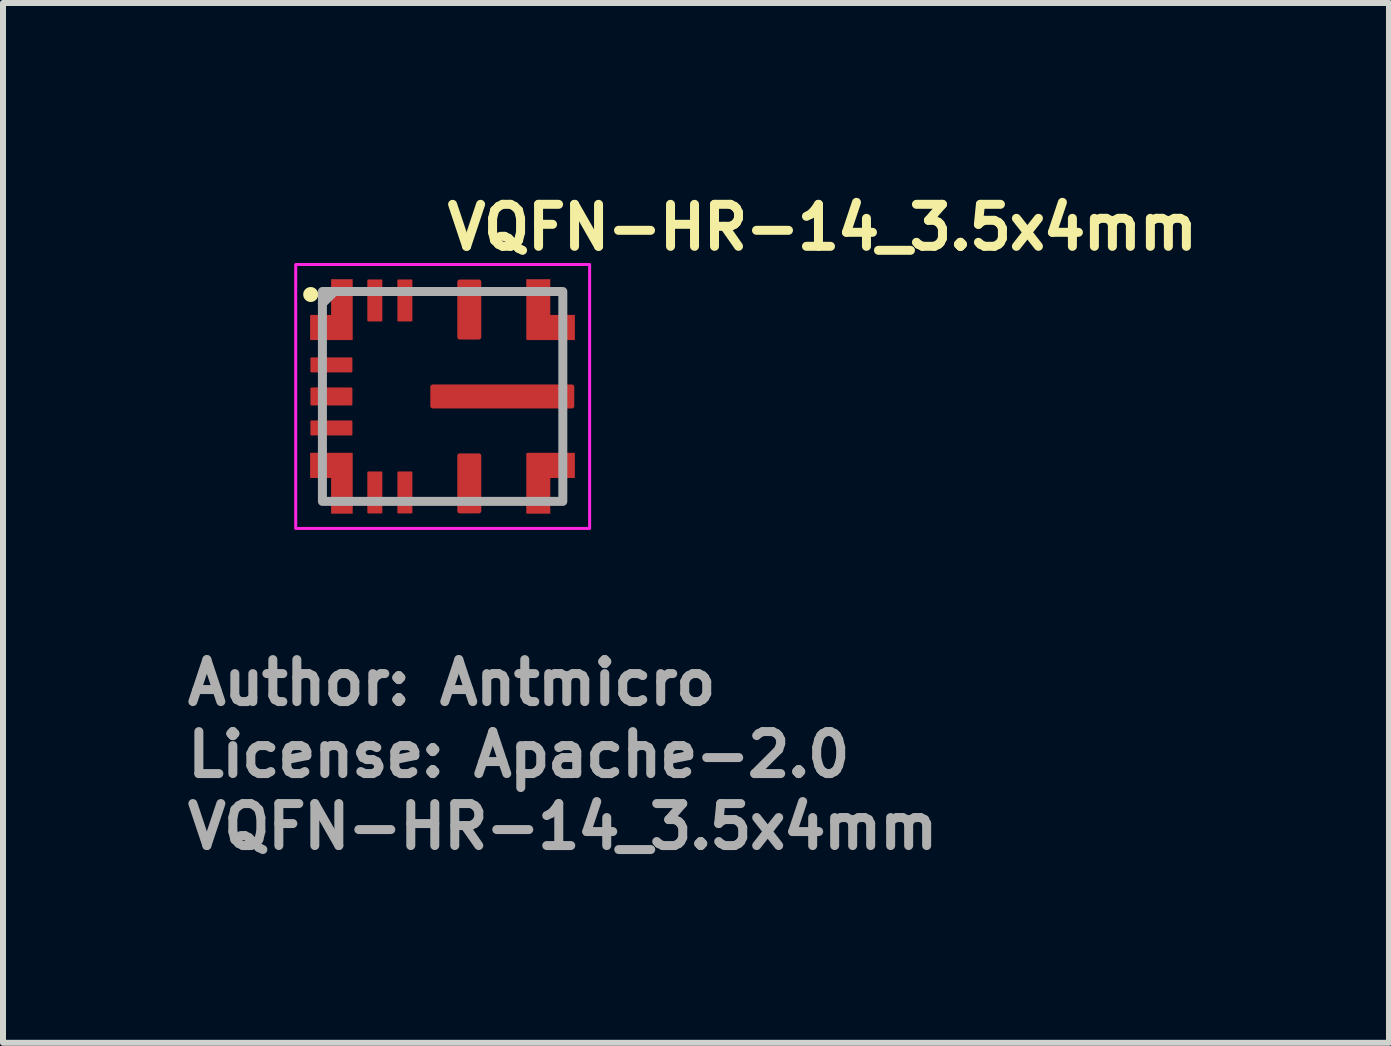
<source format=kicad_pcb>
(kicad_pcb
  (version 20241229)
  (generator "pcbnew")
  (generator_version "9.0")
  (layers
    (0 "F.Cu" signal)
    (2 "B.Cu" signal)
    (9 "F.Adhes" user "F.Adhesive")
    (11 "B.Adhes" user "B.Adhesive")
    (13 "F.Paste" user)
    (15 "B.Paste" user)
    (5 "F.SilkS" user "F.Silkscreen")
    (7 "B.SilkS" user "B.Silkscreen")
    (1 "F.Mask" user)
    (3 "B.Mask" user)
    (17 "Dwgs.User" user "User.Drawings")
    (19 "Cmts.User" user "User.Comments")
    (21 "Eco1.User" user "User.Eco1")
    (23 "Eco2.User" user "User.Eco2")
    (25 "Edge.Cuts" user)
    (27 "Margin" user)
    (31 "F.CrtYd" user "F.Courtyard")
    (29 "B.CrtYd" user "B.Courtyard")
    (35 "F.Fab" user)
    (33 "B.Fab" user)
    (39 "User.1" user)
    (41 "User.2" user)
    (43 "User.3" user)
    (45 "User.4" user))
  (footprint "VQFN-HR-14_3.5x4mm"
    (layer "F.Cu")
    (at 4.33 3.56)
    (property "Reference" "VQFN-HR-14_3.5x4mm" (at 0 -2.41 0) (layer "F.SilkS") (effects (font (size 0.7 0.7) (thickness 0.15)) (justify left bottom)))
    (attr smd)
    (fp_circle (center -2.2 -1.7) (end -2.15 -1.7) (stroke (width 0.15) (type solid)) (fill yes) (layer "F.SilkS"))
    (fp_rect (start -0.136 -0.124) (end 0.804 0.13) (stroke (width 0.12) (type solid)) (fill yes) (layer "F.Paste"))
    (fp_rect (start 1.175 -0.127) (end 2.113 0.125) (stroke (width 0.12) (type solid)) (fill yes) (layer "F.Paste"))
    (fp_rect (start -2.45 -2.2) (end 2.45 2.2) (stroke (width 0.05) (type solid)) (fill no) (layer "F.CrtYd"))
    (fp_line (start -1.805 -1.75) (end -2.005 -1.551) (stroke (width 0.15) (type solid)) (layer "F.Fab"))
    (fp_rect (start 2.003 -1.75) (end -2.005 1.749) (stroke (width 0.15) (type solid)) (fill no) (layer "F.Fab"))
    (fp_rect (start -2.005 -1.75) (end 1.995 1.749) (stroke (width 0.1) (type solid)) (fill no) (layer "User.5"))
    (fp_rect (start 2.003 -1.75) (end -2.005 1.749) (stroke (width 0.1) (type solid)) (fill no) (layer "User.5"))
    (fp_line (start -2.005 -1.75) (end -2.005 1.749) (stroke (width 0.02) (type solid)) (layer "User.9"))
    (fp_line (start -2.005 1.749) (end 1.995 1.749) (stroke (width 0.02) (type solid)) (layer "User.9"))
    (fp_line (start 1.995 -1.75) (end -2.005 -1.75) (stroke (width 0.02) (type solid)) (layer "User.9"))
    (fp_line (start 1.995 1.749) (end 1.995 -1.75) (stroke (width 0.02) (type solid)) (layer "User.9"))
    (fp_text user "License: Apache-2.0" (at -4.33 6.38 0) (layer "F.Fab") (effects (font (size 0.7 0.7) (thickness 0.15)) (justify left bottom)))
    (fp_text user "Author: Antmicro" (at -4.33 5.18 0) (layer "F.Fab") (effects (font (size 0.7 0.7) (thickness 0.15)) (justify left bottom)))
    (fp_text user "${REFERENCE}" (at -4.33 7.58 0) (layer "F.Fab") (effects (font (size 0.7 0.7) (thickness 0.15)) (justify left bottom)))
    (pad "1" smd custom (at -1.68 -1.45) (size 0.36 1.01) (layers "F.Cu" "F.Mask" "F.Paste") (options (anchor rect)) (primitives (gr_poly (pts (xy 0.17 0.5) (xy -0.52 0.5) (xy -0.52 0.1) (xy 0.17 0.1)) (width 0.02) (fill yes))))
    (pad "2" smd roundrect (at -1.855 -0.527) (size 0.7 0.25) (layers "F.Cu" "F.Mask" "F.Paste") (roundrect_rratio 0.06))
    (pad "3" smd roundrect (at -1.855 0) (size 0.7 0.3) (layers "F.Cu" "F.Mask" "F.Paste") (roundrect_rratio 0.07))
    (pad "4" smd roundrect (at -1.855 0.525) (size 0.7 0.25) (layers "F.Cu" "F.Mask" "F.Paste") (roundrect_rratio 0.06))
    (pad "5" smd custom (at -1.68 1.449 180) (size 0.36 1.01) (layers "F.Cu" "F.Mask" "F.Paste") (options (anchor rect)) (primitives (gr_poly (pts (xy -0.17 0.5) (xy 0.52 0.5) (xy 0.52 0.1) (xy -0.17 0.1)) (width 0.02) (fill yes))))
    (pad "6" smd roundrect (at -1.131 1.6 90) (size 0.7 0.25) (layers "F.Cu" "F.Mask" "F.Paste") (roundrect_rratio 0.06))
    (pad "7" smd roundrect (at -0.63 1.6 90) (size 0.7 0.25) (layers "F.Cu" "F.Mask" "F.Paste") (roundrect_rratio 0.06))
    (pad "8" smd roundrect (at 0.444 1.449 90) (size 1 0.4) (layers "F.Cu" "F.Mask" "F.Paste") (roundrect_rratio 0.1))
    (pad "9" smd custom (at 1.594 1.449 180) (size 0.4 1.01) (layers "F.Cu" "F.Mask" "F.Paste") (options (anchor rect)) (primitives (gr_poly (pts (xy 0.17 0.5) (xy -0.6 0.5) (xy -0.6 0.1) (xy 0.17 0.1)) (width 0.02) (fill yes))))
    (pad "10" smd roundrect (at 0.994 0) (size 2.4 0.4) (layers "F.Cu" "F.Mask") (roundrect_rratio 0.1))
    (pad "11" smd custom (at 1.594 -1.45) (size 0.4 1.01) (layers "F.Cu" "F.Mask" "F.Paste") (options (anchor rect)) (primitives (gr_poly (pts (xy -0.17 0.5) (xy 0.6 0.5) (xy 0.6 0.1) (xy -0.17 0.1)) (width 0.02) (fill yes))))
    (pad "12" smd roundrect (at 0.444 -1.45 90) (size 1 0.4) (layers "F.Cu" "F.Mask" "F.Paste") (roundrect_rratio 0.1))
    (pad "13" smd roundrect (at -0.63 -1.601 90) (size 0.7 0.25) (layers "F.Cu" "F.Mask" "F.Paste") (roundrect_rratio 0.06))
    (pad "14" smd roundrect (at -1.131 -1.601 90) (size 0.7 0.25) (layers "F.Cu" "F.Mask" "F.Paste") (roundrect_rratio 0.06)))
  (gr_rect
    (start -3 -3)
    (end 20.107 14.335)
    (stroke (width 0.1) (type default))
    (fill no)
    (layer "Edge.Cuts")))
</source>
